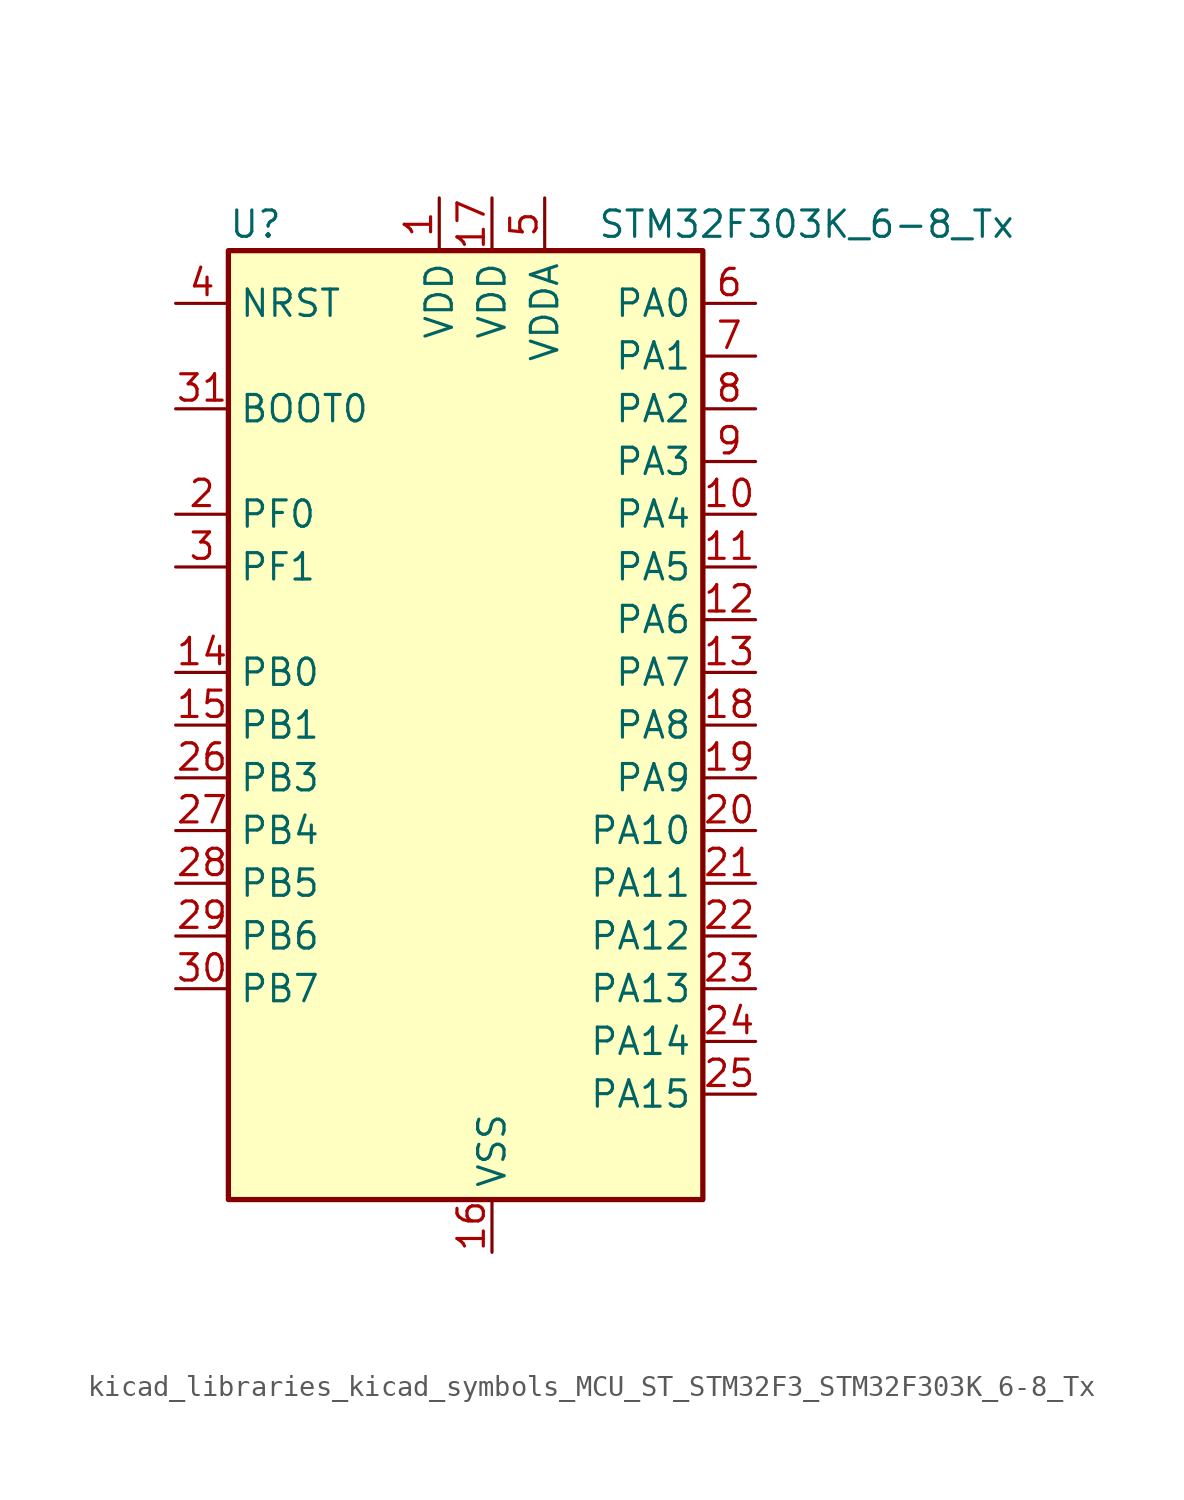
<source format=kicad_sym>
(kicad_symbol_lib
  (version 20220914)
  (generator kicad_symbol_editor)
  (symbol "kicad_libraries_kicad_symbols_MCU_ST_STM32F3_STM32F303K_6-8_Tx"
    (property "Reference" "U"
      (at -10.16 24.13 0)
      (effects (font (size 1.27 1.27)) (justify left)))
    (property "Value" "STM32F303K_6-8_Tx"
      (at 7.62 24.13 0)
      (effects (font (size 1.27 1.27)) (justify left)))
    (property "ki_locked" ""
      (at 0 0 0)
      (effects (font (size 1.27 1.27))))
    (symbol "kicad_libraries_kicad_symbols_MCU_ST_STM32F3_STM32F303K_6-8_Tx_0_1"
      (rectangle (start -10.16 -22.86) (end 12.7 22.86) (stroke (width 0.254) (type default)) (fill (type background))))
    (symbol "kicad_libraries_kicad_symbols_MCU_ST_STM32F3_STM32F303K_6-8_Tx_1_1"
      (pin power_in line (at 0 25.4 270) (length 2.54) (name "VDD" (effects (font (size 1.27 1.27)))) (number "1" (effects (font (size 1.27 1.27)))))
      (pin bidirectional line (at 15.24 10.16 180) (length 2.54) (name "PA4" (effects (font (size 1.27 1.27)))) (number "10" (effects (font (size 1.27 1.27)))) (alternate "ADC2_IN1" bidirectional line) (alternate "COMP2_INM" bidirectional line) (alternate "COMP4_INM" bidirectional line) (alternate "DAC1_OUT1" bidirectional line) (alternate "SPI1_NSS" bidirectional line) (alternate "TIM3_CH2" bidirectional line) (alternate "TSC_G2_IO1" bidirectional line) (alternate "USART2_CK" bidirectional line))
      (pin bidirectional line (at 15.24 7.62 180) (length 2.54) (name "PA5" (effects (font (size 1.27 1.27)))) (number "11" (effects (font (size 1.27 1.27)))) (alternate "ADC2_IN2" bidirectional line) (alternate "DAC1_OUT2" bidirectional line) (alternate "OPAMP2_VINM" bidirectional line) (alternate "OPAMP2_VINM_SEC" bidirectional line) (alternate "SPI1_SCK" bidirectional line) (alternate "TIM2_CH1" bidirectional line) (alternate "TIM2_ETR" bidirectional line) (alternate "TSC_G2_IO2" bidirectional line))
      (pin bidirectional line (at 15.24 5.08 180) (length 2.54) (name "PA6" (effects (font (size 1.27 1.27)))) (number "12" (effects (font (size 1.27 1.27)))) (alternate "ADC2_IN3" bidirectional line) (alternate "DAC2_OUT1" bidirectional line) (alternate "OPAMP2_VOUT" bidirectional line) (alternate "SPI1_MISO" bidirectional line) (alternate "TIM16_CH1" bidirectional line) (alternate "TIM1_BKIN" bidirectional line) (alternate "TIM3_CH1" bidirectional line) (alternate "TSC_G2_IO3" bidirectional line))
      (pin bidirectional line (at 15.24 2.54 180) (length 2.54) (name "PA7" (effects (font (size 1.27 1.27)))) (number "13" (effects (font (size 1.27 1.27)))) (alternate "ADC2_IN4" bidirectional line) (alternate "COMP2_INP" bidirectional line) (alternate "OPAMP2_VINP" bidirectional line) (alternate "OPAMP2_VINP_SEC" bidirectional line) (alternate "SPI1_MOSI" bidirectional line) (alternate "TIM17_CH1" bidirectional line) (alternate "TIM1_CH1N" bidirectional line) (alternate "TIM3_CH2" bidirectional line) (alternate "TSC_G2_IO4" bidirectional line))
      (pin bidirectional line (at -12.7 2.54 0) (length 2.54) (name "PB0" (effects (font (size 1.27 1.27)))) (number "14" (effects (font (size 1.27 1.27)))) (alternate "ADC1_IN11" bidirectional line) (alternate "COMP4_INP" bidirectional line) (alternate "OPAMP2_VINP" bidirectional line) (alternate "OPAMP2_VINP_SEC" bidirectional line) (alternate "TIM1_CH2N" bidirectional line) (alternate "TIM3_CH3" bidirectional line) (alternate "TSC_G3_IO2" bidirectional line))
      (pin bidirectional line (at -12.7 0 0) (length 2.54) (name "PB1" (effects (font (size 1.27 1.27)))) (number "15" (effects (font (size 1.27 1.27)))) (alternate "ADC1_IN12" bidirectional line) (alternate "COMP4_OUT" bidirectional line) (alternate "TIM1_CH3N" bidirectional line) (alternate "TIM3_CH4" bidirectional line) (alternate "TSC_G3_IO3" bidirectional line))
      (pin power_in line (at 2.54 -25.4 90) (length 2.54) (name "VSS" (effects (font (size 1.27 1.27)))) (number "16" (effects (font (size 1.27 1.27)))))
      (pin power_in line (at 2.54 25.4 270) (length 2.54) (name "VDD" (effects (font (size 1.27 1.27)))) (number "17" (effects (font (size 1.27 1.27)))))
      (pin bidirectional line (at 15.24 0 180) (length 2.54) (name "PA8" (effects (font (size 1.27 1.27)))) (number "18" (effects (font (size 1.27 1.27)))) (alternate "RCC_MCO" bidirectional line) (alternate "TIM1_CH1" bidirectional line) (alternate "USART1_CK" bidirectional line))
      (pin bidirectional line (at 15.24 -2.54 180) (length 2.54) (name "PA9" (effects (font (size 1.27 1.27)))) (number "19" (effects (font (size 1.27 1.27)))) (alternate "DAC1_EXTI9" bidirectional line) (alternate "DAC2_EXTI9" bidirectional line) (alternate "TIM15_BKIN" bidirectional line) (alternate "TIM1_CH2" bidirectional line) (alternate "TIM2_CH3" bidirectional line) (alternate "TSC_G4_IO1" bidirectional line) (alternate "USART1_TX" bidirectional line))
      (pin bidirectional line (at -12.7 10.16 0) (length 2.54) (name "PF0" (effects (font (size 1.27 1.27)))) (number "2" (effects (font (size 1.27 1.27)))) (alternate "RCC_OSC_IN" bidirectional line) (alternate "TIM1_CH3N" bidirectional line))
      (pin bidirectional line (at 15.24 -5.08 180) (length 2.54) (name "PA10" (effects (font (size 1.27 1.27)))) (number "20" (effects (font (size 1.27 1.27)))) (alternate "TIM17_BKIN" bidirectional line) (alternate "TIM1_CH3" bidirectional line) (alternate "TIM2_CH4" bidirectional line) (alternate "TSC_G4_IO2" bidirectional line) (alternate "USART1_RX" bidirectional line))
      (pin bidirectional line (at 15.24 -7.62 180) (length 2.54) (name "PA11" (effects (font (size 1.27 1.27)))) (number "21" (effects (font (size 1.27 1.27)))) (alternate "CAN_RX" bidirectional line) (alternate "TIM1_BKIN2" bidirectional line) (alternate "TIM1_CH1N" bidirectional line) (alternate "TIM1_CH4" bidirectional line) (alternate "USART1_CTS" bidirectional line))
      (pin bidirectional line (at 15.24 -10.16 180) (length 2.54) (name "PA12" (effects (font (size 1.27 1.27)))) (number "22" (effects (font (size 1.27 1.27)))) (alternate "CAN_TX" bidirectional line) (alternate "COMP2_OUT" bidirectional line) (alternate "TIM16_CH1" bidirectional line) (alternate "TIM1_CH2N" bidirectional line) (alternate "TIM1_ETR" bidirectional line) (alternate "USART1_DE" bidirectional line) (alternate "USART1_RTS" bidirectional line))
      (pin bidirectional line (at 15.24 -12.7 180) (length 2.54) (name "PA13" (effects (font (size 1.27 1.27)))) (number "23" (effects (font (size 1.27 1.27)))) (alternate "IR_OUT" bidirectional line) (alternate "SYS_JTMS-SWDIO" bidirectional line) (alternate "TIM16_CH1N" bidirectional line) (alternate "TSC_G4_IO3" bidirectional line))
      (pin bidirectional line (at 15.24 -15.24 180) (length 2.54) (name "PA14" (effects (font (size 1.27 1.27)))) (number "24" (effects (font (size 1.27 1.27)))) (alternate "I2C1_SDA" bidirectional line) (alternate "SYS_JTCK-SWCLK" bidirectional line) (alternate "TIM1_BKIN" bidirectional line) (alternate "TSC_G4_IO4" bidirectional line) (alternate "USART2_TX" bidirectional line))
      (pin bidirectional line (at 15.24 -17.78 180) (length 2.54) (name "PA15" (effects (font (size 1.27 1.27)))) (number "25" (effects (font (size 1.27 1.27)))) (alternate "I2C1_SCL" bidirectional line) (alternate "SPI1_NSS" bidirectional line) (alternate "SYS_JTDI" bidirectional line) (alternate "TIM1_BKIN" bidirectional line) (alternate "TIM2_CH1" bidirectional line) (alternate "TIM2_ETR" bidirectional line) (alternate "TSC_SYNC" bidirectional line) (alternate "USART2_RX" bidirectional line))
      (pin bidirectional line (at -12.7 -2.54 0) (length 2.54) (name "PB3" (effects (font (size 1.27 1.27)))) (number "26" (effects (font (size 1.27 1.27)))) (alternate "SPI1_SCK" bidirectional line) (alternate "SYS_JTDO-TRACESWO" bidirectional line) (alternate "TIM2_CH2" bidirectional line) (alternate "TIM3_ETR" bidirectional line) (alternate "TSC_G5_IO1" bidirectional line) (alternate "USART2_TX" bidirectional line))
      (pin bidirectional line (at -12.7 -5.08 0) (length 2.54) (name "PB4" (effects (font (size 1.27 1.27)))) (number "27" (effects (font (size 1.27 1.27)))) (alternate "SPI1_MISO" bidirectional line) (alternate "SYS_NJTRST" bidirectional line) (alternate "TIM16_CH1" bidirectional line) (alternate "TIM17_BKIN" bidirectional line) (alternate "TIM3_CH1" bidirectional line) (alternate "TSC_G5_IO2" bidirectional line) (alternate "USART2_RX" bidirectional line))
      (pin bidirectional line (at -12.7 -7.62 0) (length 2.54) (name "PB5" (effects (font (size 1.27 1.27)))) (number "28" (effects (font (size 1.27 1.27)))) (alternate "I2C1_SMBA" bidirectional line) (alternate "SPI1_MOSI" bidirectional line) (alternate "TIM16_BKIN" bidirectional line) (alternate "TIM17_CH1" bidirectional line) (alternate "TIM3_CH2" bidirectional line) (alternate "USART2_CK" bidirectional line))
      (pin bidirectional line (at -12.7 -10.16 0) (length 2.54) (name "PB6" (effects (font (size 1.27 1.27)))) (number "29" (effects (font (size 1.27 1.27)))) (alternate "I2C1_SCL" bidirectional line) (alternate "TIM16_CH1N" bidirectional line) (alternate "TSC_G5_IO3" bidirectional line) (alternate "USART1_TX" bidirectional line))
      (pin bidirectional line (at -12.7 7.62 0) (length 2.54) (name "PF1" (effects (font (size 1.27 1.27)))) (number "3" (effects (font (size 1.27 1.27)))) (alternate "RCC_OSC_OUT" bidirectional line))
      (pin bidirectional line (at -12.7 -12.7 0) (length 2.54) (name "PB7" (effects (font (size 1.27 1.27)))) (number "30" (effects (font (size 1.27 1.27)))) (alternate "I2C1_SDA" bidirectional line) (alternate "TIM17_CH1N" bidirectional line) (alternate "TIM3_CH4" bidirectional line) (alternate "TSC_G5_IO4" bidirectional line) (alternate "USART1_RX" bidirectional line))
      (pin input line (at -12.7 15.24 0) (length 2.54) (name "BOOT0" (effects (font (size 1.27 1.27)))) (number "31" (effects (font (size 1.27 1.27)))))
      (pin passive line (at 2.54 -25.4 90) (length 2.54) hide (name "VSS" (effects (font (size 1.27 1.27)))) (number "32" (effects (font (size 1.27 1.27)))))
      (pin input line (at -12.7 20.32 0) (length 2.54) (name "NRST" (effects (font (size 1.27 1.27)))) (number "4" (effects (font (size 1.27 1.27)))))
      (pin power_in line (at 5.08 25.4 270) (length 2.54) (name "VDDA" (effects (font (size 1.27 1.27)))) (number "5" (effects (font (size 1.27 1.27)))))
      (pin bidirectional line (at 15.24 20.32 180) (length 2.54) (name "PA0" (effects (font (size 1.27 1.27)))) (number "6" (effects (font (size 1.27 1.27)))) (alternate "ADC1_IN1" bidirectional line) (alternate "RTC_TAMP2" bidirectional line) (alternate "SYS_WKUP1" bidirectional line) (alternate "TIM2_CH1" bidirectional line) (alternate "TIM2_ETR" bidirectional line) (alternate "TSC_G1_IO1" bidirectional line) (alternate "USART2_CTS" bidirectional line))
      (pin bidirectional line (at 15.24 17.78 180) (length 2.54) (name "PA1" (effects (font (size 1.27 1.27)))) (number "7" (effects (font (size 1.27 1.27)))) (alternate "ADC1_IN2" bidirectional line) (alternate "RTC_REFIN" bidirectional line) (alternate "TIM15_CH1N" bidirectional line) (alternate "TIM2_CH2" bidirectional line) (alternate "TSC_G1_IO2" bidirectional line) (alternate "USART2_DE" bidirectional line) (alternate "USART2_RTS" bidirectional line))
      (pin bidirectional line (at 15.24 15.24 180) (length 2.54) (name "PA2" (effects (font (size 1.27 1.27)))) (number "8" (effects (font (size 1.27 1.27)))) (alternate "ADC1_IN3" bidirectional line) (alternate "COMP2_INM" bidirectional line) (alternate "COMP2_OUT" bidirectional line) (alternate "TIM15_CH1" bidirectional line) (alternate "TIM2_CH3" bidirectional line) (alternate "TSC_G1_IO3" bidirectional line) (alternate "USART2_TX" bidirectional line))
      (pin bidirectional line (at 15.24 12.7 180) (length 2.54) (name "PA3" (effects (font (size 1.27 1.27)))) (number "9" (effects (font (size 1.27 1.27)))) (alternate "ADC1_IN4" bidirectional line) (alternate "TIM15_CH2" bidirectional line) (alternate "TIM2_CH4" bidirectional line) (alternate "TSC_G1_IO4" bidirectional line) (alternate "USART2_RX" bidirectional line)))))
</source>
